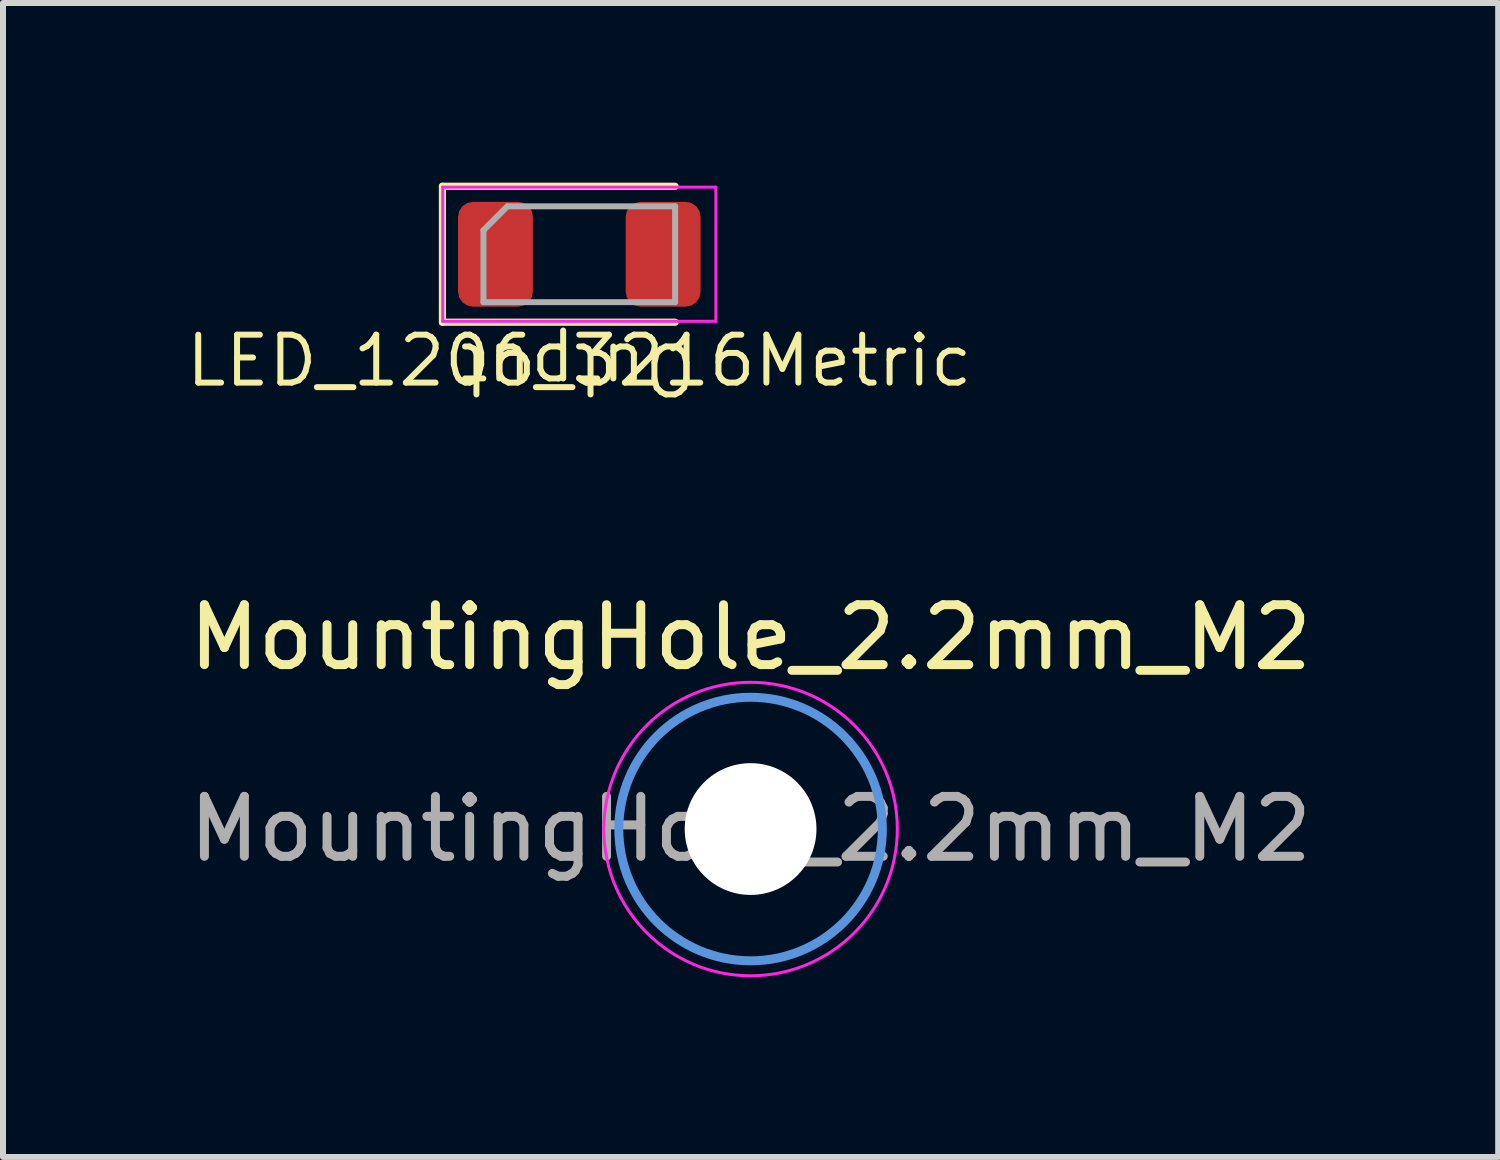
<source format=kicad_pcb>
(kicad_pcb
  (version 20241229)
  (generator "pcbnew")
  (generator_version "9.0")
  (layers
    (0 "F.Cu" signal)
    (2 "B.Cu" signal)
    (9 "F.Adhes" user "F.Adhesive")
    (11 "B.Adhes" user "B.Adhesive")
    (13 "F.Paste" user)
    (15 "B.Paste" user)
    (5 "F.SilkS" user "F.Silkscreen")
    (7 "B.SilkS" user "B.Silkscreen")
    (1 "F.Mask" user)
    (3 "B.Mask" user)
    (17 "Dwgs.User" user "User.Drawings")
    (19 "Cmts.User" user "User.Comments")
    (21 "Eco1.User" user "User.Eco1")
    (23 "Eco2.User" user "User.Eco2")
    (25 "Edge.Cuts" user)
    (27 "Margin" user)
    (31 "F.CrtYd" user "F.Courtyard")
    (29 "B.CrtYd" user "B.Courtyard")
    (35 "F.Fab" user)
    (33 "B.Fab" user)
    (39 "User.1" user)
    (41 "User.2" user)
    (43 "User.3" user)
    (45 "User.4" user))
  (footprint "LED_1206_3216Metric"
    (layer "F.Cu")
    (at 6.622 1.195)
    (property "Reference" "LED_1206_3216Metric" (at 0 1.778 180) (layer "F.SilkS") (effects (font (size 0.8 0.8) (thickness 0.1))))
    (property "Description" "Output" (at -0.022 1.905 180) (unlocked yes) (layer "F.SilkS") (effects (font (size 0.8 0.8) (thickness 0.1))))
    (attr smd)
    (fp_line (start -2.285 -1.135) (end -2.285 1.135) (stroke (width 0.12) (type solid)) (layer "F.SilkS"))
    (fp_line (start -2.285 1.135) (end 1.6 1.135) (stroke (width 0.12) (type solid)) (layer "F.SilkS"))
    (fp_line (start 1.6 -1.135) (end -2.285 -1.135) (stroke (width 0.12) (type solid)) (layer "F.SilkS"))
    (fp_line (start -2.28 -1.12) (end 2.28 -1.12) (stroke (width 0.05) (type solid)) (layer "F.CrtYd"))
    (fp_line (start -2.28 1.12) (end -2.28 -1.12) (stroke (width 0.05) (type solid)) (layer "F.CrtYd"))
    (fp_line (start 2.28 -1.12) (end 2.28 1.12) (stroke (width 0.05) (type solid)) (layer "F.CrtYd"))
    (fp_line (start 2.28 1.12) (end -2.28 1.12) (stroke (width 0.05) (type solid)) (layer "F.CrtYd"))
    (fp_line (start -1.6 -0.4) (end -1.6 0.8) (stroke (width 0.1) (type solid)) (layer "F.Fab"))
    (fp_line (start -1.6 0.8) (end 1.6 0.8) (stroke (width 0.1) (type solid)) (layer "F.Fab"))
    (fp_line (start -1.2 -0.8) (end -1.6 -0.4) (stroke (width 0.1) (type solid)) (layer "F.Fab"))
    (fp_line (start 1.6 -0.8) (end -1.2 -0.8) (stroke (width 0.1) (type solid)) (layer "F.Fab"))
    (fp_line (start 1.6 0.8) (end 1.6 -0.8) (stroke (width 0.1) (type solid)) (layer "F.Fab"))
    (pad "1" smd roundrect (at -1.4 0) (size 1.25 1.75) (layers "F.Cu" "F.Mask" "F.Paste") (roundrect_rratio 0.2))
    (pad "2" smd roundrect (at 1.4 0) (size 1.25 1.75) (layers "F.Cu" "F.Mask" "F.Paste") (roundrect_rratio 0.2)))
  (footprint "MountingHole_2.2mm_M2"
    (layer "F.Cu")
    (at 9.482 10.792)
    (property "Reference" "MountingHole_2.2mm_M2" (at 0 -3.2 0) (layer "F.SilkS") (effects (font (size 1 1) (thickness 0.15))))
    (attr exclude_from_pos_files exclude_from_bom)
    (fp_circle (center 0 0) (end 2.2 0) (stroke (width 0.15) (type solid)) (fill no) (layer "Cmts.User"))
    (fp_circle (center 0 0) (end 2.45 0) (stroke (width 0.05) (type solid)) (fill no) (layer "F.CrtYd"))
    (fp_text user "${REFERENCE}" (at 0 0 0) (layer "F.Fab") (effects (font (size 1 1) (thickness 0.15))))
    (pad "" np_thru_hole circle (at 0 0) (size 2.2 2.2) (drill 2.2) (layers "*.Cu" "*.Mask")))
  (gr_rect
    (start -3 -3)
    (end 21.964 16.267)
    (stroke (width 0.1) (type default))
    (fill no)
    (layer "Edge.Cuts")))
</source>
